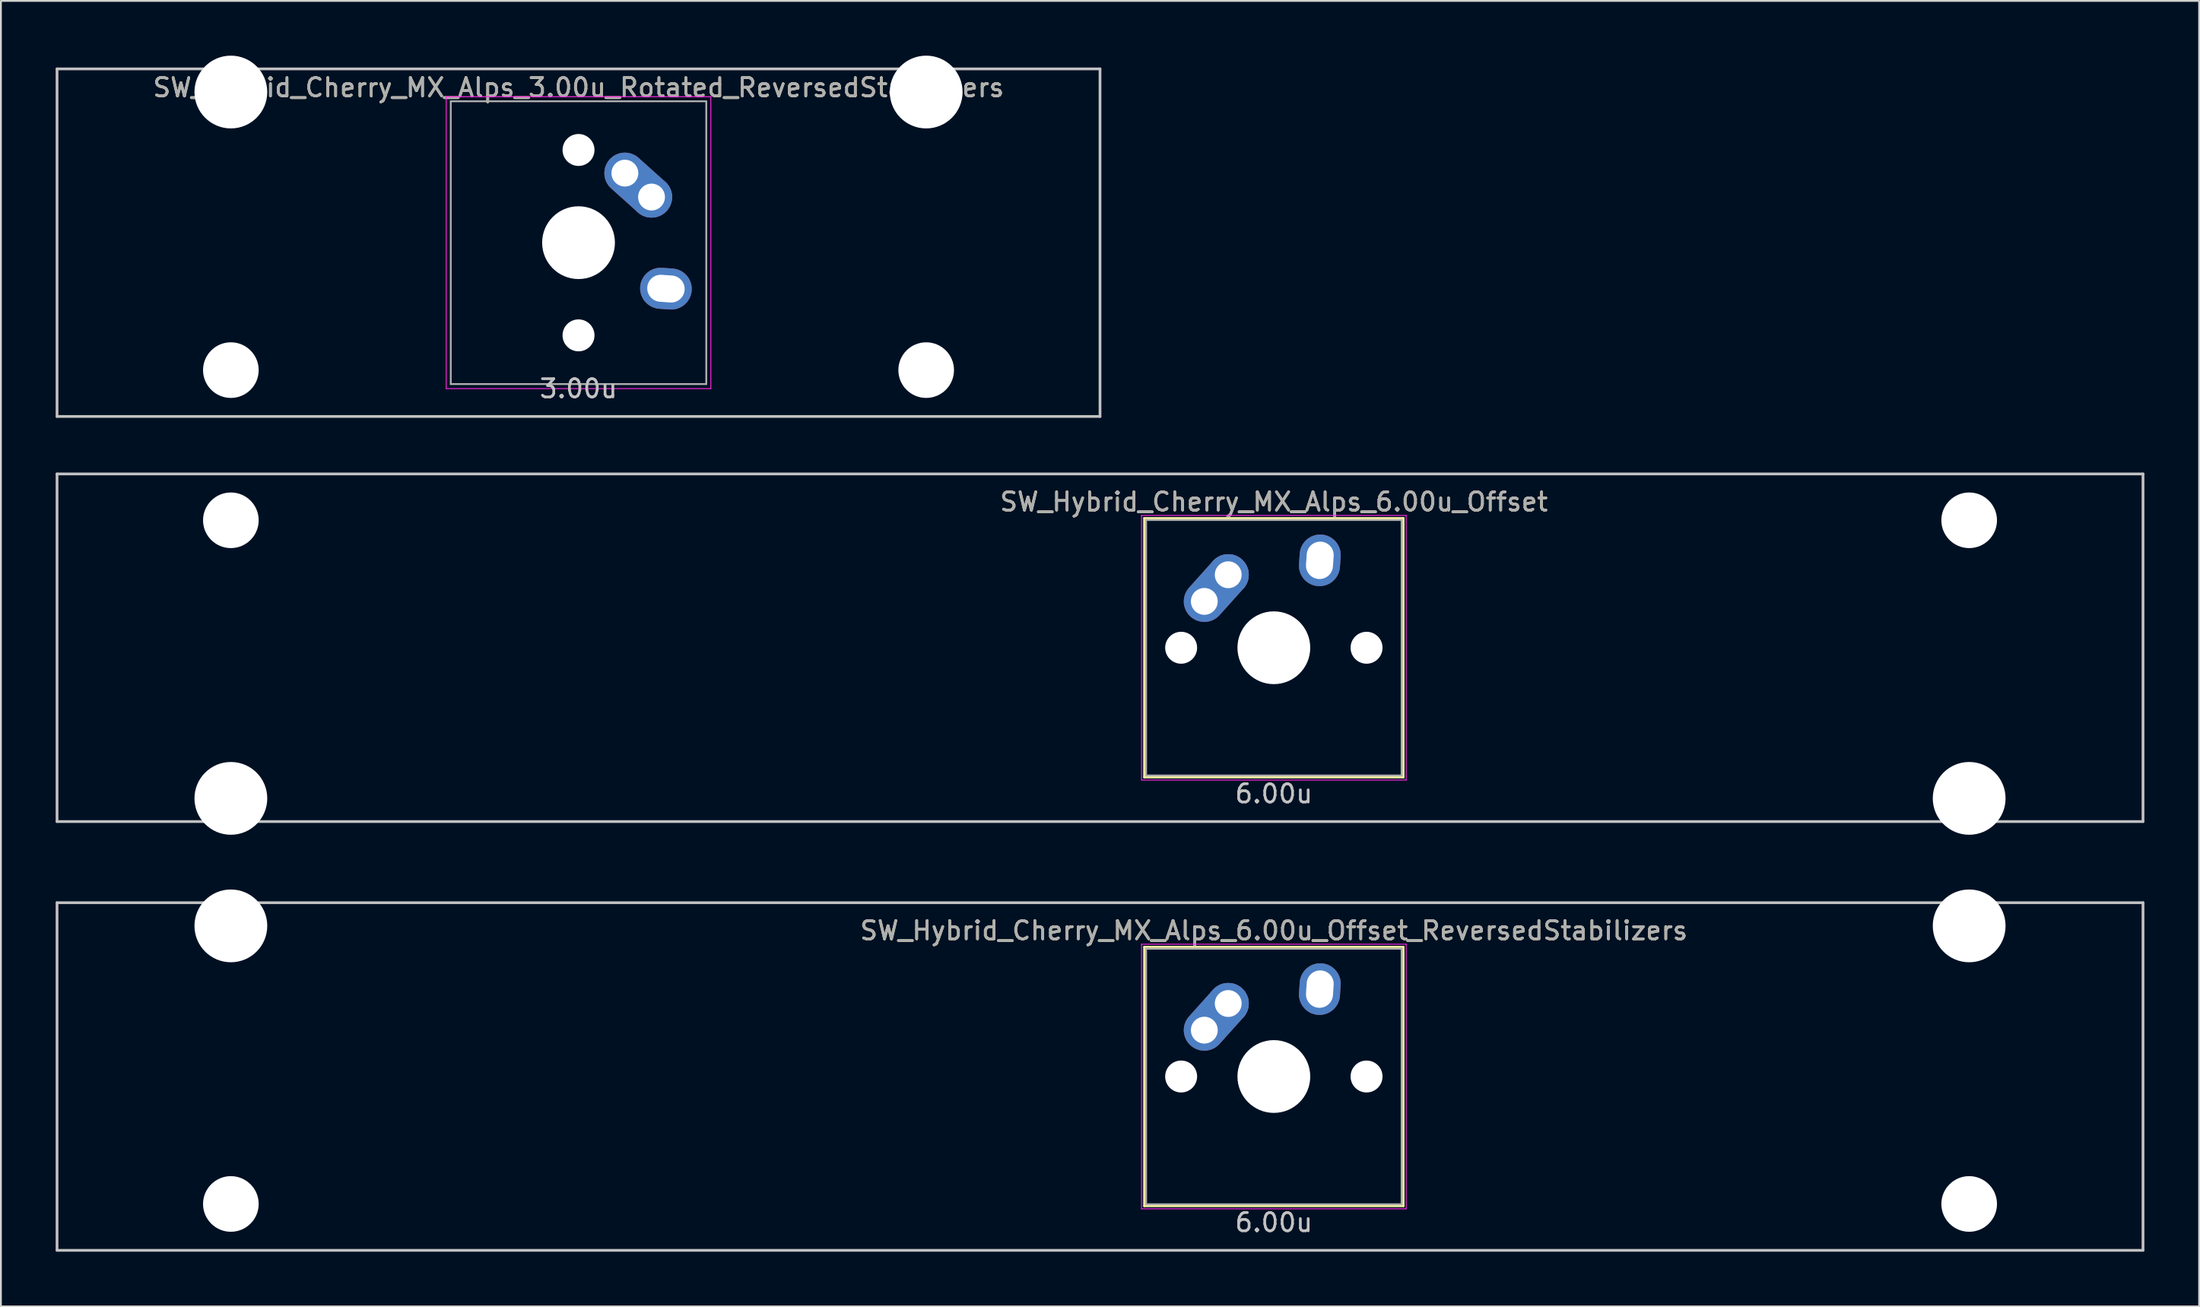
<source format=kicad_pcb>
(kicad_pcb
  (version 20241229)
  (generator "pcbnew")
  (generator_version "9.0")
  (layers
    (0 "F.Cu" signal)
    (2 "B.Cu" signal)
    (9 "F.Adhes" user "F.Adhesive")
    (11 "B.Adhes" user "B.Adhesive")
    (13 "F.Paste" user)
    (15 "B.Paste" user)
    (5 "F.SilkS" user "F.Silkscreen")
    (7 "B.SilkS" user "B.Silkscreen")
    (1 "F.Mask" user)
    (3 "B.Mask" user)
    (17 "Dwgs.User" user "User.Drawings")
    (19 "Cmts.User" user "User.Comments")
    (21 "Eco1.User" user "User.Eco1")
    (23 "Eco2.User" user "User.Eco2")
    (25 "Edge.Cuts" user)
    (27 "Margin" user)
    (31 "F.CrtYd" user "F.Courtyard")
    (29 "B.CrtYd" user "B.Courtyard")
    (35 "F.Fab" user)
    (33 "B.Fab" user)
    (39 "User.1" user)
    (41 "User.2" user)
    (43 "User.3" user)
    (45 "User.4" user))
  (footprint "SW_Hybrid_Cherry_MX_Alps_3.00u_Rotated_ReversedStabilizers"
    (layer "F.Cu")
    (at 28.65 10.249)
    (property "Reference" "SW_Hybrid_Cherry_MX_Alps_3.00u_Rotated_ReversedStabilizers" (at 0 -8.5 0) (layer "F.SilkS") (effects (font (size 1 1) (thickness 0.15))))
    (attr through_hole)
    (fp_line (start -28.575 -9.525) (end 28.575 -9.525) (stroke (width 0.15) (type solid)) (layer "Dwgs.User"))
    (fp_line (start -28.575 9.525) (end -28.575 -9.525) (stroke (width 0.15) (type solid)) (layer "Dwgs.User"))
    (fp_line (start -28.575 9.525) (end 28.575 9.525) (stroke (width 0.15) (type solid)) (layer "Dwgs.User"))
    (fp_line (start 28.575 -9.525) (end 28.575 9.525) (stroke (width 0.15) (type solid)) (layer "Dwgs.User"))
    (fp_line (start -7.25 -8) (end 7.25 -8) (stroke (width 0.05) (type solid)) (layer "F.CrtYd"))
    (fp_line (start -7.25 8) (end -7.25 -8) (stroke (width 0.05) (type solid)) (layer "F.CrtYd"))
    (fp_line (start 7.25 -8) (end 7.25 8) (stroke (width 0.05) (type solid)) (layer "F.CrtYd"))
    (fp_line (start 7.25 8) (end -7.25 8) (stroke (width 0.05) (type solid)) (layer "F.CrtYd"))
    (fp_line (start -7 -7.75) (end 7 -7.75) (stroke (width 0.1) (type solid)) (layer "F.Fab"))
    (fp_line (start -7 7.75) (end -7 -7.75) (stroke (width 0.1) (type solid)) (layer "F.Fab"))
    (fp_line (start 7 -7.75) (end 7 7.75) (stroke (width 0.1) (type solid)) (layer "F.Fab"))
    (fp_line (start 7 7.75) (end -7 7.75) (stroke (width 0.1) (type solid)) (layer "F.Fab"))
    (fp_text user "3.00u" (at 0 8 0) (layer "Dwgs.User") (effects (font (size 1 1) (thickness 0.15))))
    (fp_text user "${REFERENCE}" (at 0 -8.5 0) (layer "F.Fab") (effects (font (size 1 1) (thickness 0.15))))
    (pad "" np_thru_hole circle (at -19.05 -8.255) (size 3.988 3.988) (drill 3.988) (layers "*.Cu" "*.Mask"))
    (pad "" np_thru_hole circle (at -19.05 6.985) (size 3.048 3.048) (drill 3.048) (layers "*.Cu" "*.Mask"))
    (pad "" np_thru_hole circle (at 0 -5.08 318.1) (size 1.75 1.75) (drill 1.75) (layers "*.Cu" "*.Mask"))
    (pad "" np_thru_hole circle (at 0 0 270) (size 3.988 3.988) (drill 3.988) (layers "*.Cu" "*.Mask"))
    (pad "" np_thru_hole circle (at 0 5.08 318.1) (size 1.75 1.75) (drill 1.75) (layers "*.Cu" "*.Mask"))
    (pad "" np_thru_hole circle (at 19.05 -8.255) (size 3.988 3.988) (drill 3.988) (layers "*.Cu" "*.Mask"))
    (pad "" np_thru_hole circle (at 19.05 6.985) (size 3.048 3.048) (drill 3.048) (layers "*.Cu" "*.Mask"))
    (pad "1" thru_hole oval (at 2.54 -3.81 318.1) (size 4.212 2.25) (drill 1.47 (offset 0.981 0)) (layers "*.Cu" "B.Mask"))
    (pad "1" thru_hole circle (at 4 -2.5 270) (size 2.25 2.25) (drill 1.47) (layers "*.Cu" "B.Mask"))
    (pad "2" thru_hole oval (at 4.79 2.52 356) (size 2.831 2.25) (drill oval 2.051 1.48) (layers "*.Cu" "B.Mask")))
  (footprint "SW_Hybrid_Cherry_MX_Alps_6.00u_Offset_ReversedStabilizers"
    (layer "F.Cu")
    (at 57.225 55.947)
    (property "Reference" "SW_Hybrid_Cherry_MX_Alps_6.00u_Offset_ReversedStabilizers" (at 9.525 -8 0) (layer "F.SilkS") (effects (font (size 1 1) (thickness 0.15))))
    (attr through_hole)
    (fp_line (start 2.425 -7.1) (end 16.625 -7.1) (stroke (width 0.12) (type solid)) (layer "F.SilkS"))
    (fp_line (start 2.425 7.1) (end 2.425 -7.1) (stroke (width 0.12) (type solid)) (layer "F.SilkS"))
    (fp_line (start 16.625 -7.1) (end 16.625 7.1) (stroke (width 0.12) (type solid)) (layer "F.SilkS"))
    (fp_line (start 16.625 7.1) (end 2.425 7.1) (stroke (width 0.12) (type solid)) (layer "F.SilkS"))
    (fp_line (start -57.15 -9.525) (end 57.15 -9.525) (stroke (width 0.15) (type solid)) (layer "Dwgs.User"))
    (fp_line (start -57.15 9.525) (end -57.15 -9.525) (stroke (width 0.15) (type solid)) (layer "Dwgs.User"))
    (fp_line (start -57.15 9.525) (end 57.15 9.525) (stroke (width 0.15) (type solid)) (layer "Dwgs.User"))
    (fp_line (start 57.15 -9.525) (end 57.15 9.525) (stroke (width 0.15) (type solid)) (layer "Dwgs.User"))
    (fp_line (start 2.275 -7.25) (end 16.775 -7.25) (stroke (width 0.05) (type solid)) (layer "F.CrtYd"))
    (fp_line (start 2.275 7.25) (end 2.275 -7.25) (stroke (width 0.05) (type solid)) (layer "F.CrtYd"))
    (fp_line (start 16.775 -7.25) (end 16.775 7.25) (stroke (width 0.05) (type solid)) (layer "F.CrtYd"))
    (fp_line (start 16.775 7.25) (end 2.275 7.25) (stroke (width 0.05) (type solid)) (layer "F.CrtYd"))
    (fp_line (start 2.525 -7) (end 16.525 -7) (stroke (width 0.1) (type solid)) (layer "F.Fab"))
    (fp_line (start 2.525 7) (end 2.525 -7) (stroke (width 0.1) (type solid)) (layer "F.Fab"))
    (fp_line (start 16.525 -7) (end 16.525 7) (stroke (width 0.1) (type solid)) (layer "F.Fab"))
    (fp_line (start 16.525 7) (end 2.525 7) (stroke (width 0.1) (type solid)) (layer "F.Fab"))
    (fp_text user "6.00u" (at 9.525 8 0) (layer "Dwgs.User") (effects (font (size 1 1) (thickness 0.15))))
    (fp_text user "${REFERENCE}" (at 9.525 -8 0) (layer "F.Fab") (effects (font (size 1 1) (thickness 0.15))))
    (pad "" np_thru_hole circle (at -47.625 -8.255) (size 3.988 3.988) (drill 3.988) (layers "*.Cu" "*.Mask"))
    (pad "" np_thru_hole circle (at -47.625 6.985) (size 3.048 3.048) (drill 3.048) (layers "*.Cu" "*.Mask"))
    (pad "" np_thru_hole circle (at 4.445 0 48.1) (size 1.75 1.75) (drill 1.75) (layers "*.Cu" "*.Mask"))
    (pad "" np_thru_hole circle (at 9.525 0) (size 3.988 3.988) (drill 3.988) (layers "*.Cu" "*.Mask"))
    (pad "" np_thru_hole circle (at 14.605 0 48.1) (size 1.75 1.75) (drill 1.75) (layers "*.Cu" "*.Mask"))
    (pad "" np_thru_hole circle (at 47.625 -8.255) (size 3.988 3.988) (drill 3.988) (layers "*.Cu" "*.Mask"))
    (pad "" np_thru_hole circle (at 47.625 6.985) (size 3.048 3.048) (drill 3.048) (layers "*.Cu" "*.Mask"))
    (pad "1" thru_hole oval (at 5.715 -2.54 48.1) (size 4.212 2.25) (drill 1.47 (offset 0.981 0)) (layers "*.Cu" "*.Mask"))
    (pad "1" thru_hole circle (at 7.025 -4) (size 2.25 2.25) (drill 1.47) (layers "*.Cu" "*.Mask"))
    (pad "2" thru_hole oval (at 12.045 -4.79 86) (size 2.831 2.25) (drill oval 2.051 1.48) (layers "*.Cu" "*.Mask")))
  (footprint "SW_Hybrid_Cherry_MX_Alps_6.00u_Offset"
    (layer "F.Cu")
    (at 57.225 32.449)
    (property "Reference" "SW_Hybrid_Cherry_MX_Alps_6.00u_Offset" (at 9.525 -8 0) (layer "F.SilkS") (effects (font (size 1 1) (thickness 0.15))))
    (attr through_hole)
    (fp_line (start 2.425 -7.1) (end 16.625 -7.1) (stroke (width 0.12) (type solid)) (layer "F.SilkS"))
    (fp_line (start 2.425 7.1) (end 2.425 -7.1) (stroke (width 0.12) (type solid)) (layer "F.SilkS"))
    (fp_line (start 16.625 -7.1) (end 16.625 7.1) (stroke (width 0.12) (type solid)) (layer "F.SilkS"))
    (fp_line (start 16.625 7.1) (end 2.425 7.1) (stroke (width 0.12) (type solid)) (layer "F.SilkS"))
    (fp_line (start -57.15 -9.525) (end 57.15 -9.525) (stroke (width 0.15) (type solid)) (layer "Dwgs.User"))
    (fp_line (start -57.15 9.525) (end -57.15 -9.525) (stroke (width 0.15) (type solid)) (layer "Dwgs.User"))
    (fp_line (start -57.15 9.525) (end 57.15 9.525) (stroke (width 0.15) (type solid)) (layer "Dwgs.User"))
    (fp_line (start 57.15 -9.525) (end 57.15 9.525) (stroke (width 0.15) (type solid)) (layer "Dwgs.User"))
    (fp_line (start 2.275 -7.25) (end 16.775 -7.25) (stroke (width 0.05) (type solid)) (layer "F.CrtYd"))
    (fp_line (start 2.275 7.25) (end 2.275 -7.25) (stroke (width 0.05) (type solid)) (layer "F.CrtYd"))
    (fp_line (start 16.775 -7.25) (end 16.775 7.25) (stroke (width 0.05) (type solid)) (layer "F.CrtYd"))
    (fp_line (start 16.775 7.25) (end 2.275 7.25) (stroke (width 0.05) (type solid)) (layer "F.CrtYd"))
    (fp_line (start 2.525 -7) (end 16.525 -7) (stroke (width 0.1) (type solid)) (layer "F.Fab"))
    (fp_line (start 2.525 7) (end 2.525 -7) (stroke (width 0.1) (type solid)) (layer "F.Fab"))
    (fp_line (start 16.525 -7) (end 16.525 7) (stroke (width 0.1) (type solid)) (layer "F.Fab"))
    (fp_line (start 16.525 7) (end 2.525 7) (stroke (width 0.1) (type solid)) (layer "F.Fab"))
    (fp_text user "6.00u" (at 9.525 8 0) (layer "Dwgs.User") (effects (font (size 1 1) (thickness 0.15))))
    (fp_text user "${REFERENCE}" (at 9.525 -8 0) (layer "F.Fab") (effects (font (size 1 1) (thickness 0.15))))
    (pad "" np_thru_hole circle (at -47.625 -6.985) (size 3.048 3.048) (drill 3.048) (layers "*.Cu" "*.Mask"))
    (pad "" np_thru_hole circle (at -47.625 8.255) (size 3.988 3.988) (drill 3.988) (layers "*.Cu" "*.Mask"))
    (pad "" np_thru_hole circle (at 4.445 0 48.1) (size 1.75 1.75) (drill 1.75) (layers "*.Cu" "*.Mask"))
    (pad "" np_thru_hole circle (at 9.525 0) (size 3.988 3.988) (drill 3.988) (layers "*.Cu" "*.Mask"))
    (pad "" np_thru_hole circle (at 14.605 0 48.1) (size 1.75 1.75) (drill 1.75) (layers "*.Cu" "*.Mask"))
    (pad "" np_thru_hole circle (at 47.625 -6.985) (size 3.048 3.048) (drill 3.048) (layers "*.Cu" "*.Mask"))
    (pad "" np_thru_hole circle (at 47.625 8.255) (size 3.988 3.988) (drill 3.988) (layers "*.Cu" "*.Mask"))
    (pad "1" thru_hole oval (at 5.715 -2.54 48.1) (size 4.212 2.25) (drill 1.47 (offset 0.981 0)) (layers "*.Cu" "*.Mask"))
    (pad "1" thru_hole circle (at 7.025 -4) (size 2.25 2.25) (drill 1.47) (layers "*.Cu" "*.Mask"))
    (pad "2" thru_hole oval (at 12.045 -4.79 86) (size 2.831 2.25) (drill oval 2.051 1.48) (layers "*.Cu" "*.Mask")))
  (gr_rect
    (start -3 -3)
    (end 117.45 68.547)
    (stroke (width 0.1) (type default))
    (fill no)
    (layer "Edge.Cuts")))
</source>
